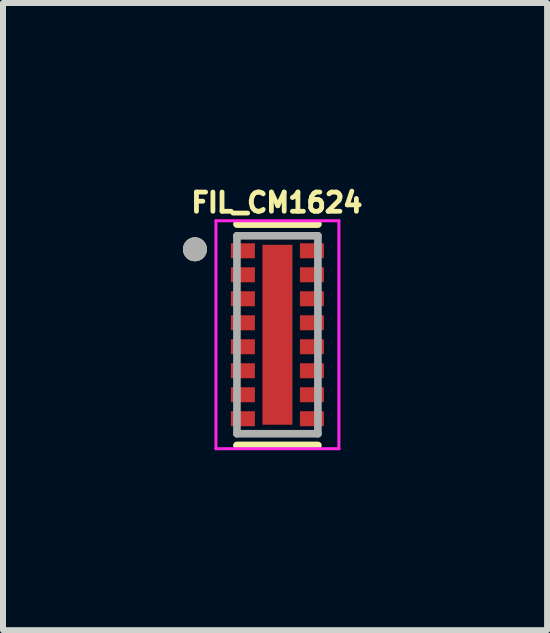
<source format=kicad_pcb>
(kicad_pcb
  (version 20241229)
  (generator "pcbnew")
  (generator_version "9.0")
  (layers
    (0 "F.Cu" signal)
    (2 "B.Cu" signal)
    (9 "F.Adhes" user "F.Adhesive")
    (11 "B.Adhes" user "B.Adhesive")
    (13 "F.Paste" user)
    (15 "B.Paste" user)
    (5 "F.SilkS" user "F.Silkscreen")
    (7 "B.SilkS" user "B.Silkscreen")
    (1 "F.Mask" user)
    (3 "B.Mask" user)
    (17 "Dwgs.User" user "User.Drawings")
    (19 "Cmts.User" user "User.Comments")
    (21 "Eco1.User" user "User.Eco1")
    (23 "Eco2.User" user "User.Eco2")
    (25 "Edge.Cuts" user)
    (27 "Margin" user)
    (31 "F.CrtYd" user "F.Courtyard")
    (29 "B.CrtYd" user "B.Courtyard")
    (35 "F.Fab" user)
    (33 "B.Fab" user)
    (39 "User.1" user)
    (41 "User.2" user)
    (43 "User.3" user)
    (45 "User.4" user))
  (footprint "FIL_CM1624"
    (layer "F.Cu")
    (at 1.575 2.531)
    (property "Reference" "FIL_CM1624" (at -0.009 -2.203 0) (layer "F.SilkS") (effects (font (size 0.32 0.32) (thickness 0.15))))
    (attr smd)
    (fp_poly (pts (xy -0.825 -1.575) (xy -0.325 -1.575) (xy -0.325 -1.225) (xy -0.825 -1.225)) (stroke (width 0.01) (type solid)) (fill yes) (layer "F.Mask"))
    (fp_poly (pts (xy -0.825 -1.175) (xy -0.325 -1.175) (xy -0.325 -0.825) (xy -0.825 -0.825)) (stroke (width 0.01) (type solid)) (fill yes) (layer "F.Mask"))
    (fp_poly (pts (xy -0.825 -0.775) (xy -0.325 -0.775) (xy -0.325 -0.425) (xy -0.825 -0.425)) (stroke (width 0.01) (type solid)) (fill yes) (layer "F.Mask"))
    (fp_poly (pts (xy -0.825 -0.375) (xy -0.325 -0.375) (xy -0.325 -0.025) (xy -0.825 -0.025)) (stroke (width 0.01) (type solid)) (fill yes) (layer "F.Mask"))
    (fp_poly (pts (xy -0.825 0.025) (xy -0.325 0.025) (xy -0.325 0.375) (xy -0.825 0.375)) (stroke (width 0.01) (type solid)) (fill yes) (layer "F.Mask"))
    (fp_poly (pts (xy -0.825 0.425) (xy -0.325 0.425) (xy -0.325 0.775) (xy -0.825 0.775)) (stroke (width 0.01) (type solid)) (fill yes) (layer "F.Mask"))
    (fp_poly (pts (xy -0.825 0.825) (xy -0.325 0.825) (xy -0.325 1.175) (xy -0.825 1.175)) (stroke (width 0.01) (type solid)) (fill yes) (layer "F.Mask"))
    (fp_poly (pts (xy -0.825 1.225) (xy -0.325 1.225) (xy -0.325 1.575) (xy -0.825 1.575)) (stroke (width 0.01) (type solid)) (fill yes) (layer "F.Mask"))
    (fp_poly (pts (xy -0.3 -1.55) (xy 0.3 -1.55) (xy 0.3 1.55) (xy -0.3 1.55)) (stroke (width 0.01) (type solid)) (fill yes) (layer "F.Mask"))
    (fp_poly (pts (xy 0.325 -1.575) (xy 0.825 -1.575) (xy 0.825 -1.225) (xy 0.325 -1.225)) (stroke (width 0.01) (type solid)) (fill yes) (layer "F.Mask"))
    (fp_poly (pts (xy 0.325 -1.175) (xy 0.825 -1.175) (xy 0.825 -0.825) (xy 0.325 -0.825)) (stroke (width 0.01) (type solid)) (fill yes) (layer "F.Mask"))
    (fp_poly (pts (xy 0.325 -0.775) (xy 0.825 -0.775) (xy 0.825 -0.425) (xy 0.325 -0.425)) (stroke (width 0.01) (type solid)) (fill yes) (layer "F.Mask"))
    (fp_poly (pts (xy 0.325 -0.375) (xy 0.825 -0.375) (xy 0.825 -0.025) (xy 0.325 -0.025)) (stroke (width 0.01) (type solid)) (fill yes) (layer "F.Mask"))
    (fp_poly (pts (xy 0.325 0.025) (xy 0.825 0.025) (xy 0.825 0.375) (xy 0.325 0.375)) (stroke (width 0.01) (type solid)) (fill yes) (layer "F.Mask"))
    (fp_poly (pts (xy 0.325 0.425) (xy 0.825 0.425) (xy 0.825 0.775) (xy 0.325 0.775)) (stroke (width 0.01) (type solid)) (fill yes) (layer "F.Mask"))
    (fp_poly (pts (xy 0.325 0.825) (xy 0.825 0.825) (xy 0.825 1.175) (xy 0.325 1.175)) (stroke (width 0.01) (type solid)) (fill yes) (layer "F.Mask"))
    (fp_poly (pts (xy 0.325 1.225) (xy 0.825 1.225) (xy 0.825 1.575) (xy 0.325 1.575)) (stroke (width 0.01) (type solid)) (fill yes) (layer "F.Mask"))
    (fp_line (start -0.675 -1.845) (end 0.675 -1.845) (stroke (width 0.127) (type solid)) (layer "F.SilkS"))
    (fp_line (start 0.675 1.845) (end -0.675 1.845) (stroke (width 0.127) (type solid)) (layer "F.SilkS"))
    (fp_circle (center -1.375 -1.425) (end -1.275 -1.425) (stroke (width 0.2) (type solid)) (fill no) (layer "F.SilkS"))
    (fp_line (start -1.025 -1.9) (end -1.025 1.9) (stroke (width 0.05) (type solid)) (layer "F.CrtYd"))
    (fp_line (start -1.025 1.9) (end 1.025 1.9) (stroke (width 0.05) (type solid)) (layer "F.CrtYd"))
    (fp_line (start 1.025 -1.9) (end -1.025 -1.9) (stroke (width 0.05) (type solid)) (layer "F.CrtYd"))
    (fp_line (start 1.025 1.9) (end 1.025 -1.9) (stroke (width 0.05) (type solid)) (layer "F.CrtYd"))
    (fp_line (start -0.675 -1.65) (end 0.675 -1.65) (stroke (width 0.127) (type solid)) (layer "F.Fab"))
    (fp_line (start -0.675 1.65) (end -0.675 -1.65) (stroke (width 0.127) (type solid)) (layer "F.Fab"))
    (fp_line (start 0.675 -1.65) (end 0.675 1.65) (stroke (width 0.127) (type solid)) (layer "F.Fab"))
    (fp_line (start 0.675 1.65) (end -0.675 1.65) (stroke (width 0.127) (type solid)) (layer "F.Fab"))
    (fp_circle (center -1.375 -1.425) (end -1.275 -1.425) (stroke (width 0.2) (type solid)) (fill no) (layer "F.Fab"))
    (pad "1" smd rect (at -0.575 -1.4) (size 0.4 0.25) (layers "F.Cu" "F.Paste"))
    (pad "2" smd rect (at -0.575 -1) (size 0.4 0.25) (layers "F.Cu" "F.Paste"))
    (pad "3" smd rect (at -0.575 -0.6) (size 0.4 0.25) (layers "F.Cu" "F.Paste"))
    (pad "4" smd rect (at -0.575 -0.2) (size 0.4 0.25) (layers "F.Cu" "F.Paste"))
    (pad "5" smd rect (at -0.575 0.2) (size 0.4 0.25) (layers "F.Cu" "F.Paste"))
    (pad "6" smd rect (at -0.575 0.6) (size 0.4 0.25) (layers "F.Cu" "F.Paste"))
    (pad "7" smd rect (at -0.575 1) (size 0.4 0.25) (layers "F.Cu" "F.Paste"))
    (pad "8" smd rect (at -0.575 1.4) (size 0.4 0.25) (layers "F.Cu" "F.Paste"))
    (pad "9" smd rect (at 0.575 1.4) (size 0.4 0.25) (layers "F.Cu" "F.Paste"))
    (pad "10" smd rect (at 0.575 1) (size 0.4 0.25) (layers "F.Cu" "F.Paste"))
    (pad "11" smd rect (at 0.575 0.6) (size 0.4 0.25) (layers "F.Cu" "F.Paste"))
    (pad "12" smd rect (at 0.575 0.2) (size 0.4 0.25) (layers "F.Cu" "F.Paste"))
    (pad "13" smd rect (at 0.575 -0.2) (size 0.4 0.25) (layers "F.Cu" "F.Paste"))
    (pad "14" smd rect (at 0.575 -0.6) (size 0.4 0.25) (layers "F.Cu" "F.Paste"))
    (pad "15" smd rect (at 0.575 -1) (size 0.4 0.25) (layers "F.Cu" "F.Paste"))
    (pad "16" smd rect (at 0.575 -1.4) (size 0.4 0.25) (layers "F.Cu" "F.Paste"))
    (pad "17" smd rect (at 0 0) (size 0.5 3) (layers "F.Cu" "F.Paste")))
  (gr_rect
    (start -3 -3)
    (end 6.071 7.456)
    (stroke (width 0.1) (type default))
    (fill no)
    (layer "Edge.Cuts")))
</source>
